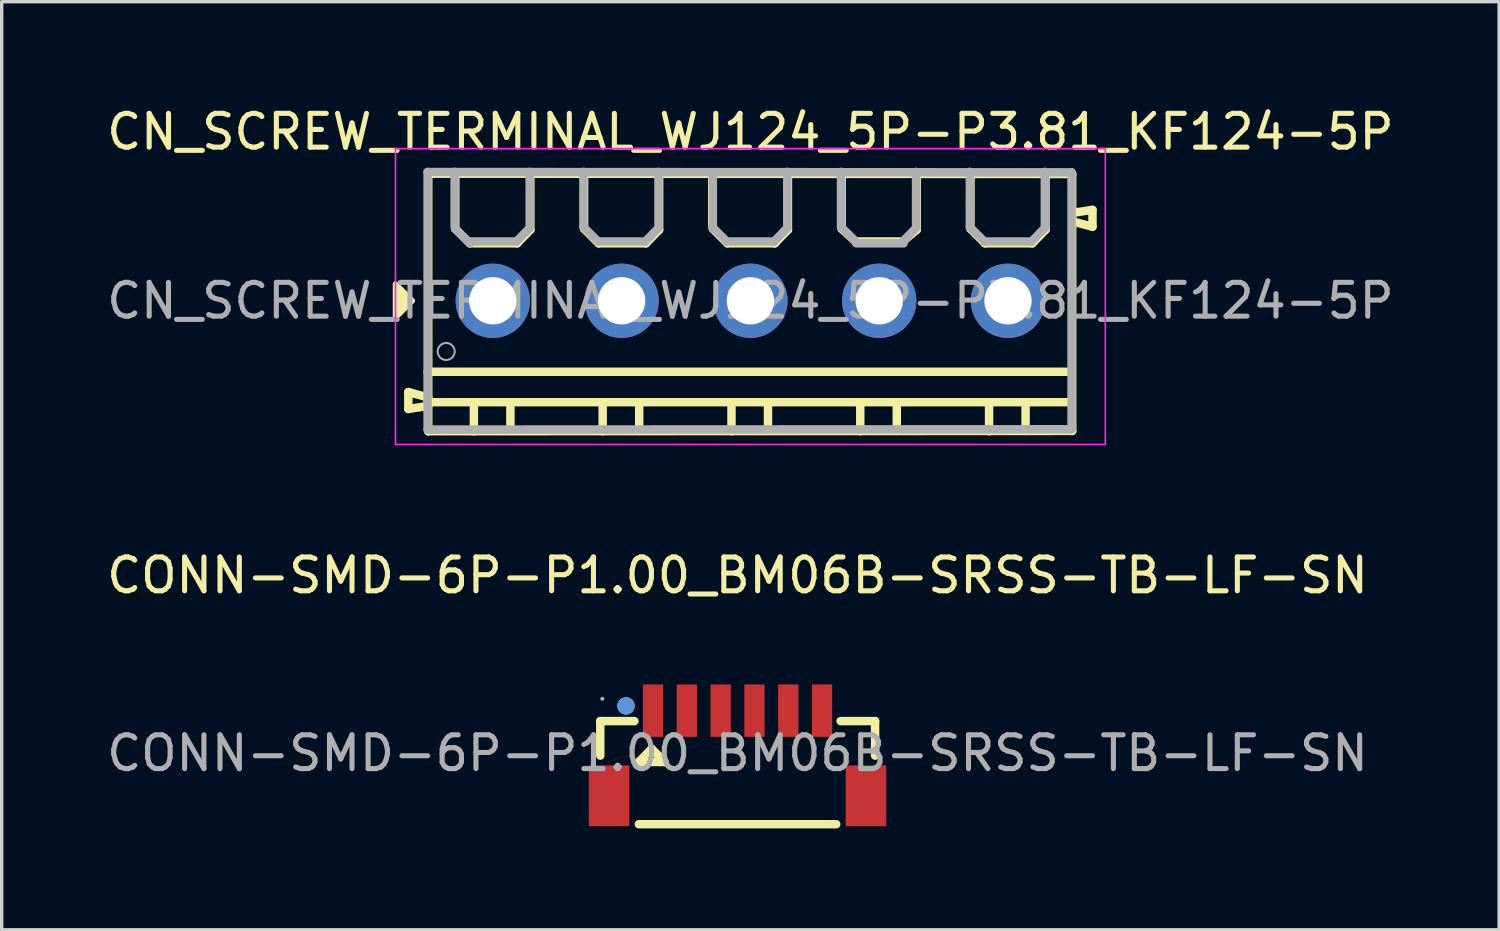
<source format=kicad_pcb>
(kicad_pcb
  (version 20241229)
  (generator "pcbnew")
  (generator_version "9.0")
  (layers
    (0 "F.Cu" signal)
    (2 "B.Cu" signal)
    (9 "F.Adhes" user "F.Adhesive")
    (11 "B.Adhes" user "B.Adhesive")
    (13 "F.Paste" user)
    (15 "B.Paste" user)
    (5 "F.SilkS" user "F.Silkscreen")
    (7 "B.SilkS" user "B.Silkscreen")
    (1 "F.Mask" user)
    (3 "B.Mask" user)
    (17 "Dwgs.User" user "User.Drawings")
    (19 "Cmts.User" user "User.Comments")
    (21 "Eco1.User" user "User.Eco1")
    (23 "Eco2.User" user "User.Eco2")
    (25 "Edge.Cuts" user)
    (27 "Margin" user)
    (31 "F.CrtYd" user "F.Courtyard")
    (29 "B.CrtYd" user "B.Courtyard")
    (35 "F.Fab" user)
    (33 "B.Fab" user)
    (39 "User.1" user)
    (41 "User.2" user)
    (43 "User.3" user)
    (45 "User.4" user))
  (footprint "CONN-SMD-6P-P1.00_BM06B-SRSS-TB-LF-SN"
    (layer "F.Cu")
    (at 18.768 19.232)
    (property "Reference" "CONN-SMD-6P-P1.00_BM06B-SRSS-TB-LF-SN" (at 0 -5.26 0) (layer "F.SilkS") (effects (font (size 1 1) (thickness 0.15))))
    (attr smd)
    (fp_line (start -4.06 -0.95) (end -3.05 -0.95) (stroke (width 0.25) (type solid)) (layer "F.SilkS"))
    (fp_line (start -4.06 0.07) (end -4.06 -0.95) (stroke (width 0.25) (type solid)) (layer "F.SilkS"))
    (fp_line (start -2.92 0.26) (end -2.28 0.26) (stroke (width 0.25) (type solid)) (layer "F.SilkS"))
    (fp_line (start -2.92 2.1) (end 2.92 2.1) (stroke (width 0.25) (type solid)) (layer "F.SilkS"))
    (fp_line (start -2.54 -0.13) (end -2.92 0.26) (stroke (width 0.25) (type solid)) (layer "F.SilkS"))
    (fp_line (start -2.28 0.13) (end -2.54 -0.13) (stroke (width 0.25) (type solid)) (layer "F.SilkS"))
    (fp_line (start -2.28 0.26) (end -2.16 0.26) (stroke (width 0.25) (type solid)) (layer "F.SilkS"))
    (fp_line (start -2.16 0.26) (end -2.28 0.13) (stroke (width 0.25) (type solid)) (layer "F.SilkS"))
    (fp_line (start 3.05 -0.95) (end 4.07 -0.95) (stroke (width 0.25) (type solid)) (layer "F.SilkS"))
    (fp_line (start 4.07 -0.95) (end 4.07 0.07) (stroke (width 0.25) (type solid)) (layer "F.SilkS"))
    (fp_circle (center -3.3 -1.4) (end -3.17 -1.4) (stroke (width 0.25) (type solid)) (fill no) (layer "F.SilkS"))
    (fp_circle (center -3.3 -1.4) (end -3.17 -1.4) (stroke (width 0.25) (type solid)) (fill no) (layer "Cmts.User"))
    (fp_circle (center -4 -1.61) (end -3.97 -1.61) (stroke (width 0.06) (type solid)) (fill no) (layer "F.Fab"))
    (fp_text user "${REFERENCE}" (at 0 0 0) (layer "F.Fab") (effects (font (size 1 1) (thickness 0.15))))
    (pad "1" smd rect (at -2.5 -1.26) (size 0.6 1.55) (layers "F.Cu" "F.Mask" "F.Paste"))
    (pad "2" smd rect (at -1.5 -1.26) (size 0.6 1.55) (layers "F.Cu" "F.Mask" "F.Paste"))
    (pad "3" smd rect (at -0.5 -1.26) (size 0.6 1.55) (layers "F.Cu" "F.Mask" "F.Paste"))
    (pad "4" smd rect (at 0.5 -1.26) (size 0.6 1.55) (layers "F.Cu" "F.Mask" "F.Paste"))
    (pad "5" smd rect (at 1.5 -1.26) (size 0.6 1.55) (layers "F.Cu" "F.Mask" "F.Paste"))
    (pad "6" smd rect (at 2.5 -1.26) (size 0.6 1.55) (layers "F.Cu" "F.Mask" "F.Paste"))
    (pad "7" smd rect (at 3.8 1.26) (size 1.2 1.8) (layers "F.Cu" "F.Mask" "F.Paste"))
    (pad "8" smd rect (at -3.8 1.26) (size 1.2 1.8) (layers "F.Cu" "F.Mask" "F.Paste")))
  (footprint "CN_SCREW_TERMINAL_WJ124_5P-P3.81_KF124-5P"
    (layer "F.Cu")
    (at 19.149 5.848)
    (property "Reference" "CN_SCREW_TERMINAL_WJ124_5P-P3.81_KF124-5P" (at 0 -5 0) (layer "F.SilkS") (effects (font (size 1 1) (thickness 0.15))))
    (attr through_hole)
    (fp_line (start -10.12 2.7) (end -10.12 3.2) (stroke (width 0.25) (type solid)) (layer "F.SilkS"))
    (fp_line (start -10.12 3.2) (end -9.53 3.11) (stroke (width 0.25) (type solid)) (layer "F.SilkS"))
    (fp_line (start -9.55 2.1) (end 9.5 2.1) (stroke (width 0.25) (type solid)) (layer "F.SilkS"))
    (fp_line (start -9.55 3) (end 9.5 3) (stroke (width 0.25) (type solid)) (layer "F.SilkS"))
    (fp_line (start -9.53 -3.76) (end -9.53 3.86) (stroke (width 0.25) (type solid)) (layer "F.SilkS"))
    (fp_line (start -9.53 -3.76) (end 9.52 -3.75) (stroke (width 0.25) (type solid)) (layer "F.SilkS"))
    (fp_line (start -9.53 2.86) (end -10.12 2.7) (stroke (width 0.25) (type solid)) (layer "F.SilkS"))
    (fp_line (start -9.53 3.86) (end 9.52 3.85) (stroke (width 0.25) (type solid)) (layer "F.SilkS"))
    (fp_line (start -8.73 -3.76) (end -8.73 -2.13) (stroke (width 0.25) (type solid)) (layer "F.SilkS"))
    (fp_line (start -8.73 -2.13) (end -8.3 -1.7) (stroke (width 0.25) (type solid)) (layer "F.SilkS"))
    (fp_line (start -8.3 -1.7) (end -6.9 -1.7) (stroke (width 0.25) (type solid)) (layer "F.SilkS"))
    (fp_line (start -8.18 3) (end -8.18 3.86) (stroke (width 0.25) (type solid)) (layer "F.SilkS"))
    (fp_line (start -7.1 3) (end -7.1 3.85) (stroke (width 0.25) (type solid)) (layer "F.SilkS"))
    (fp_line (start -6.9 -1.7) (end -6.51 -2.1) (stroke (width 0.25) (type solid)) (layer "F.SilkS"))
    (fp_line (start -6.51 -2.1) (end -6.51 -3.76) (stroke (width 0.25) (type solid)) (layer "F.SilkS"))
    (fp_line (start -4.92 -3.76) (end -4.92 -2.13) (stroke (width 0.25) (type solid)) (layer "F.SilkS"))
    (fp_line (start -4.92 -2.13) (end -4.49 -1.7) (stroke (width 0.25) (type solid)) (layer "F.SilkS"))
    (fp_line (start -4.49 -1.7) (end -3.09 -1.7) (stroke (width 0.25) (type solid)) (layer "F.SilkS"))
    (fp_line (start -4.37 3) (end -4.37 3.86) (stroke (width 0.25) (type solid)) (layer "F.SilkS"))
    (fp_line (start -3.29 3) (end -3.29 3.85) (stroke (width 0.25) (type solid)) (layer "F.SilkS"))
    (fp_line (start -3.09 -1.7) (end -2.7 -2.1) (stroke (width 0.25) (type solid)) (layer "F.SilkS"))
    (fp_line (start -2.7 -2.1) (end -2.7 -3.76) (stroke (width 0.25) (type solid)) (layer "F.SilkS"))
    (fp_line (start -1.13 -3.75) (end -1.13 -2.185) (stroke (width 0.25) (type solid)) (layer "F.SilkS"))
    (fp_line (start -1.11 -2.13) (end -0.68 -1.7) (stroke (width 0.25) (type solid)) (layer "F.SilkS"))
    (fp_line (start -0.68 -1.7) (end 0.72 -1.7) (stroke (width 0.25) (type solid)) (layer "F.SilkS"))
    (fp_line (start -0.56 3) (end -0.56 3.86) (stroke (width 0.25) (type solid)) (layer "F.SilkS"))
    (fp_line (start 0.52 3) (end 0.52 3.85) (stroke (width 0.25) (type solid)) (layer "F.SilkS"))
    (fp_line (start 0.72 -1.7) (end 1.11 -2.1) (stroke (width 0.25) (type solid)) (layer "F.SilkS"))
    (fp_line (start 1.11 -2.1) (end 1.11 -3.75) (stroke (width 0.25) (type solid)) (layer "F.SilkS"))
    (fp_line (start 2.7 -3.75) (end 2.7 -2.13) (stroke (width 0.25) (type solid)) (layer "F.SilkS"))
    (fp_line (start 2.7 -2.13) (end 3.11 -1.755) (stroke (width 0.25) (type solid)) (layer "F.SilkS"))
    (fp_line (start 3.11 -1.755) (end 4.51 -1.755) (stroke (width 0.25) (type solid)) (layer "F.SilkS"))
    (fp_line (start 3.25 3) (end 3.25 3.86) (stroke (width 0.25) (type solid)) (layer "F.SilkS"))
    (fp_line (start 4.33 3) (end 4.33 3.85) (stroke (width 0.25) (type solid)) (layer "F.SilkS"))
    (fp_line (start 4.51 -1.755) (end 4.92 -2.1) (stroke (width 0.25) (type solid)) (layer "F.SilkS"))
    (fp_line (start 4.92 -2.1) (end 4.92 -3.75) (stroke (width 0.25) (type solid)) (layer "F.SilkS"))
    (fp_line (start 6.51 -3.76) (end 6.51 -2.13) (stroke (width 0.25) (type solid)) (layer "F.SilkS"))
    (fp_line (start 6.51 -2.13) (end 6.94 -1.7) (stroke (width 0.25) (type solid)) (layer "F.SilkS"))
    (fp_line (start 6.94 -1.7) (end 8.34 -1.7) (stroke (width 0.25) (type solid)) (layer "F.SilkS"))
    (fp_line (start 7.06 3) (end 7.06 3.86) (stroke (width 0.25) (type solid)) (layer "F.SilkS"))
    (fp_line (start 8.14 3) (end 8.14 3.85) (stroke (width 0.25) (type solid)) (layer "F.SilkS"))
    (fp_line (start 8.34 -1.7) (end 8.73 -2.1) (stroke (width 0.25) (type solid)) (layer "F.SilkS"))
    (fp_line (start 8.73 -2.1) (end 8.73 -3.76) (stroke (width 0.25) (type solid)) (layer "F.SilkS"))
    (fp_line (start 9.52 -2.35) (end 10.12 -2.19) (stroke (width 0.25) (type solid)) (layer "F.SilkS"))
    (fp_line (start 9.52 3.85) (end 9.52 -3.75) (stroke (width 0.25) (type solid)) (layer "F.SilkS"))
    (fp_line (start 10.12 -2.69) (end 9.52 -2.6) (stroke (width 0.25) (type solid)) (layer "F.SilkS"))
    (fp_line (start 10.12 -2.19) (end 10.12 -2.69) (stroke (width 0.25) (type solid)) (layer "F.SilkS"))
    (fp_poly (pts (xy -10.5 -0.5) (xy -10 0) (xy -10.5 0.5)) (stroke (width 0.16) (type solid)) (fill yes) (layer "F.SilkS"))
    (fp_line (start -10.5 -4.5) (end 10.5 -4.5) (stroke (width 0.05) (type default)) (layer "F.CrtYd"))
    (fp_line (start -10.5 4.25) (end -10.5 -4.5) (stroke (width 0.05) (type default)) (layer "F.CrtYd"))
    (fp_line (start 10.5 -4.5) (end 10.5 4.25) (stroke (width 0.05) (type default)) (layer "F.CrtYd"))
    (fp_line (start 10.5 4.25) (end -10.5 4.25) (stroke (width 0.05) (type default)) (layer "F.CrtYd"))
    (fp_line (start -9.55 -3.81) (end -9.55 3.81) (stroke (width 0.25) (type solid)) (layer "F.Fab"))
    (fp_line (start -9.55 -3.81) (end 9.5 -3.8) (stroke (width 0.25) (type solid)) (layer "F.Fab"))
    (fp_line (start -9.55 3.81) (end 9.5 3.8) (stroke (width 0.25) (type solid)) (layer "F.Fab"))
    (fp_line (start -8.75 -3.815) (end -8.75 -2.185) (stroke (width 0.25) (type solid)) (layer "F.Fab"))
    (fp_line (start -8.73 -2.13) (end -8.3 -1.7) (stroke (width 0.25) (type solid)) (layer "F.Fab"))
    (fp_line (start -8.32 -1.755) (end -6.92 -1.755) (stroke (width 0.25) (type solid)) (layer "F.Fab"))
    (fp_line (start -6.92 -1.755) (end -6.53 -2.155) (stroke (width 0.25) (type solid)) (layer "F.Fab"))
    (fp_line (start -6.53 -2.155) (end -6.53 -3.815) (stroke (width 0.25) (type solid)) (layer "F.Fab"))
    (fp_line (start -4.94 -3.815) (end -4.94 -2.185) (stroke (width 0.25) (type solid)) (layer "F.Fab"))
    (fp_line (start -4.94 -2.185) (end -4.51 -1.755) (stroke (width 0.25) (type solid)) (layer "F.Fab"))
    (fp_line (start -4.51 -1.755) (end -3.11 -1.755) (stroke (width 0.25) (type solid)) (layer "F.Fab"))
    (fp_line (start -3.11 -1.755) (end -2.72 -2.155) (stroke (width 0.25) (type solid)) (layer "F.Fab"))
    (fp_line (start -2.72 -2.155) (end -2.72 -3.815) (stroke (width 0.25) (type solid)) (layer "F.Fab"))
    (fp_line (start -1.13 -2.185) (end -0.7 -1.755) (stroke (width 0.25) (type solid)) (layer "F.Fab"))
    (fp_line (start -1.11 -3.76) (end -1.11 -2.13) (stroke (width 0.25) (type solid)) (layer "F.Fab"))
    (fp_line (start -0.7 -1.755) (end 0.7 -1.755) (stroke (width 0.25) (type solid)) (layer "F.Fab"))
    (fp_line (start 0.7 -1.755) (end 1.09 -2.155) (stroke (width 0.25) (type solid)) (layer "F.Fab"))
    (fp_line (start 1.09 -2.155) (end 1.09 -3.815) (stroke (width 0.25) (type solid)) (layer "F.Fab"))
    (fp_line (start 2.68 -3.815) (end 2.68 -2.185) (stroke (width 0.25) (type solid)) (layer "F.Fab"))
    (fp_line (start 2.68 -2.185) (end 3.11 -1.755) (stroke (width 0.25) (type solid)) (layer "F.Fab"))
    (fp_line (start 3.13 -1.7) (end 4.53 -1.7) (stroke (width 0.25) (type solid)) (layer "F.Fab"))
    (fp_line (start 4.51 -1.755) (end 4.9 -2.155) (stroke (width 0.25) (type solid)) (layer "F.Fab"))
    (fp_line (start 4.9 -2.155) (end 4.9 -3.815) (stroke (width 0.25) (type solid)) (layer "F.Fab"))
    (fp_line (start 6.49 -3.815) (end 6.49 -2.185) (stroke (width 0.25) (type solid)) (layer "F.Fab"))
    (fp_line (start 6.49 -2.185) (end 6.92 -1.755) (stroke (width 0.25) (type solid)) (layer "F.Fab"))
    (fp_line (start 6.92 -1.755) (end 8.32 -1.755) (stroke (width 0.25) (type solid)) (layer "F.Fab"))
    (fp_line (start 8.32 -1.755) (end 8.71 -2.155) (stroke (width 0.25) (type solid)) (layer "F.Fab"))
    (fp_line (start 8.71 -2.155) (end 8.71 -3.815) (stroke (width 0.25) (type solid)) (layer "F.Fab"))
    (fp_line (start 9.5 3.8) (end 9.5 -3.8) (stroke (width 0.25) (type solid)) (layer "F.Fab"))
    (fp_circle (center -9 1.5) (end -8.97 1.75) (stroke (width 0.06) (type solid)) (fill no) (layer "F.Fab"))
    (fp_text user "${REFERENCE}" (at 0 0 0) (layer "F.Fab") (effects (font (size 1 1) (thickness 0.15))))
    (dimension (type aligned) (layer "User.1") (pts (xy 11.509 5.793) (xy 15.319 5.793)) (height -1.445) (format (prefix "") (suffix "") (units 3) (units_format 1) (precision 3) (suppress_zeroes yes)) (style (thickness 0.01) (arrow_length 0.01) (text_position_mode 2) (arrow_direction outward) (extension_height 0) (extension_offset 0) (keep_text_aligned yes)) (gr_text "3.81 mm" (at 13.399 4.348 0) (layer "User.1") (effects (font (size 0.1 0.1) (thickness 0.15)))))
    (dimension (type aligned) (layer "User.1") (pts (xy 11.529 5.848) (xy 26.769 5.848)) (height -1.25) (format (prefix "") (suffix "") (units 3) (units_format 1) (precision 3) (suppress_zeroes yes)) (style (thickness 0.01) (arrow_length 0.01) (text_position_mode 2) (arrow_direction outward) (extension_height 0) (extension_offset 0) (keep_text_aligned yes)) (gr_text "15.24 mm" (at 19.149 4.598 0) (layer "User.1") (effects (font (size 0.1 0.1) (thickness 0.15)))))
    (dimension (type aligned) (layer "User.1") (pts (xy 12.229 5.848) (xy 10.829 5.848)) (height -1.25) (format (prefix "") (suffix "") (units 3) (units_format 1) (precision 3) (suppress_zeroes yes)) (style (thickness 0.01) (arrow_length 0.01) (text_position_mode 2) (arrow_direction outward) (extension_height 0) (extension_offset 0) (keep_text_aligned yes)) (gr_text "1.4 mm" (at 11.549 7.148 0) (layer "User.1") (effects (font (size 0.1 0.1) (thickness 0.15)))))
    (pad "1" thru_hole circle (at -7.62 0) (size 2.2 2.2) (drill 1.4) (layers "*.Cu" "*.Mask"))
    (pad "2" thru_hole circle (at -3.81 0) (size 2.2 2.2) (drill 1.4) (layers "*.Cu" "*.Mask"))
    (pad "3" thru_hole circle (at 0 0) (size 2.2 2.2) (drill 1.4) (layers "*.Cu" "*.Mask"))
    (pad "4" thru_hole circle (at 3.81 0) (size 2.2 2.2) (drill 1.4) (layers "*.Cu" "*.Mask"))
    (pad "5" thru_hole circle (at 7.62 0) (size 2.2 2.2) (drill 1.4) (layers "*.Cu" "*.Mask")))
  (gr_rect
    (start -3 -3)
    (end 41.298 24.456)
    (stroke (width 0.1) (type default))
    (fill no)
    (layer "Edge.Cuts")))
</source>
